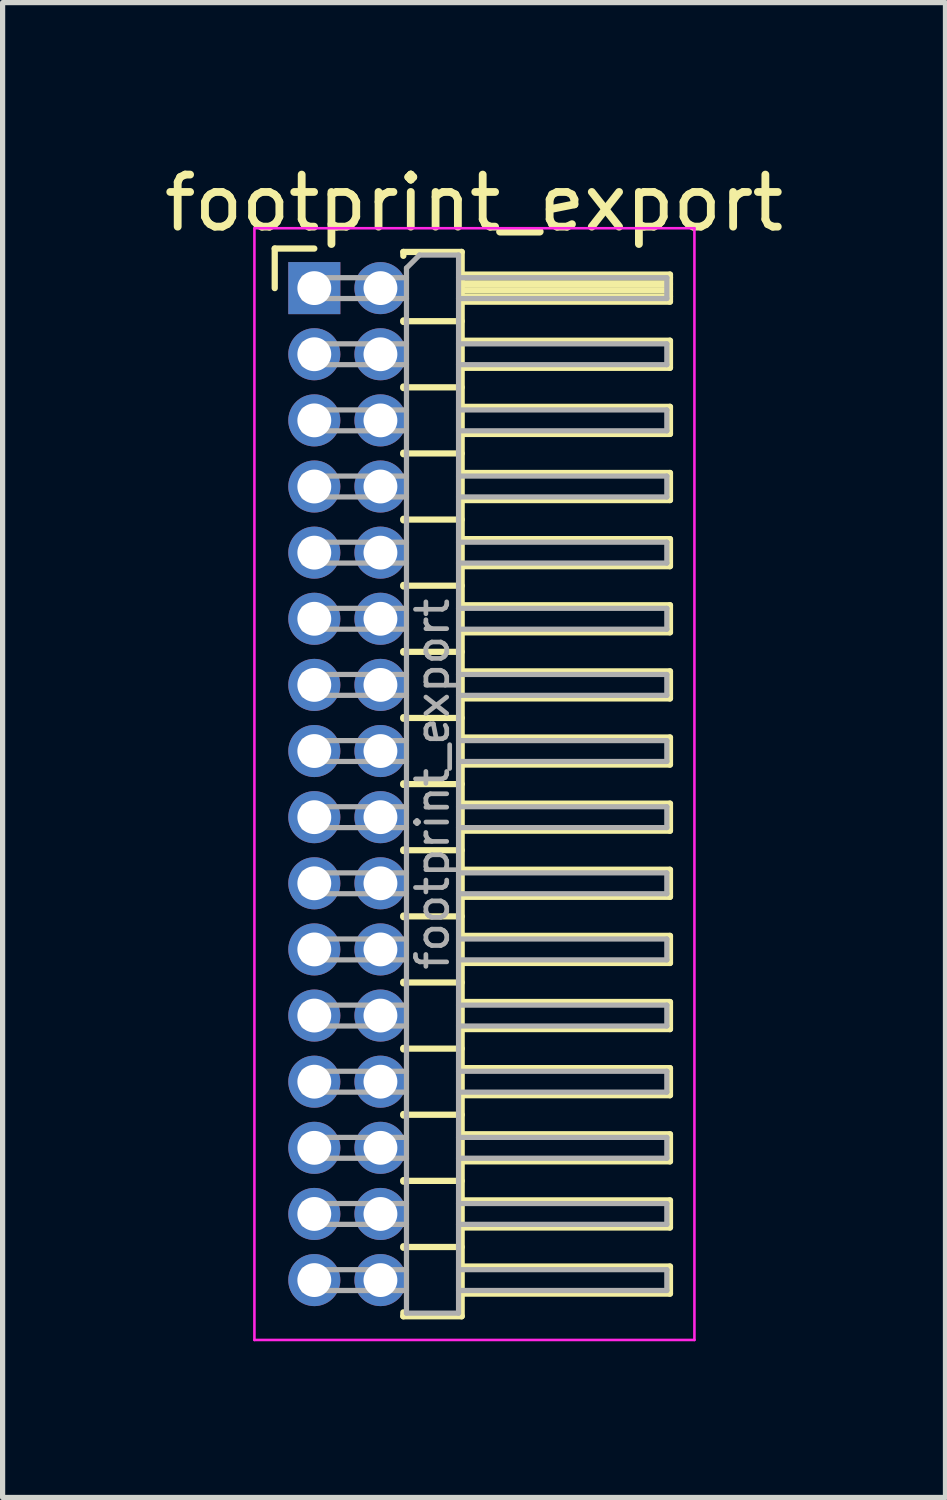
<source format=kicad_pcb>
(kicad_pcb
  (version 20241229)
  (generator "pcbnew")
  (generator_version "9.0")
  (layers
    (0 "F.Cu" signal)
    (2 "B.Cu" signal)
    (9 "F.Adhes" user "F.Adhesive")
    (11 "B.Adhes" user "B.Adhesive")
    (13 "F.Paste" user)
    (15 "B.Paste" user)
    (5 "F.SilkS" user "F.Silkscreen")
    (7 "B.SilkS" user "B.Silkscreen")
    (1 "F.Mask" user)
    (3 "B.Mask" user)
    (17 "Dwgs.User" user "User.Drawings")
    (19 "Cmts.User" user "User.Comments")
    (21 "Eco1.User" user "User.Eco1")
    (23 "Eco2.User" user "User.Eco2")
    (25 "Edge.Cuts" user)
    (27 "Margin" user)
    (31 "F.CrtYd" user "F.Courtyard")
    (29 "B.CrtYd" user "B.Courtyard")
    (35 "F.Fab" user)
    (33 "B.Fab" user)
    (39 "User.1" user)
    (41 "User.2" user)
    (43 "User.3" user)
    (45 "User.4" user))
  (footprint "footprint_export"
    (layer "F.Cu")
    (at 2.986 2.483)
    (property "Reference" "footprint_export" (at 3.067 -1.635 0) (layer "F.SilkS") (effects (font (size 1 1) (thickness 0.15))))
    (attr through_hole)
    (fp_line (start -0.76 -0.76) (end 0 -0.76) (stroke (width 0.12) (type solid)) (layer "F.SilkS"))
    (fp_line (start -0.76 0) (end -0.76 -0.76) (stroke (width 0.12) (type solid)) (layer "F.SilkS"))
    (fp_line (start 1.71 -0.695) (end 2.83 -0.695) (stroke (width 0.12) (type solid)) (layer "F.SilkS"))
    (fp_line (start 1.71 -0.62) (end 1.71 -0.695) (stroke (width 0.12) (type solid)) (layer "F.SilkS"))
    (fp_line (start 1.71 0.62) (end 1.71 0.65) (stroke (width 0.12) (type solid)) (layer "F.SilkS"))
    (fp_line (start 1.71 0.635) (end 2.83 0.635) (stroke (width 0.12) (type solid)) (layer "F.SilkS"))
    (fp_line (start 1.71 1.89) (end 1.71 1.92) (stroke (width 0.12) (type solid)) (layer "F.SilkS"))
    (fp_line (start 1.71 1.905) (end 2.83 1.905) (stroke (width 0.12) (type solid)) (layer "F.SilkS"))
    (fp_line (start 1.71 3.16) (end 1.71 3.19) (stroke (width 0.12) (type solid)) (layer "F.SilkS"))
    (fp_line (start 1.71 3.175) (end 2.83 3.175) (stroke (width 0.12) (type solid)) (layer "F.SilkS"))
    (fp_line (start 1.71 4.43) (end 1.71 4.46) (stroke (width 0.12) (type solid)) (layer "F.SilkS"))
    (fp_line (start 1.71 4.445) (end 2.83 4.445) (stroke (width 0.12) (type solid)) (layer "F.SilkS"))
    (fp_line (start 1.71 5.7) (end 1.71 5.73) (stroke (width 0.12) (type solid)) (layer "F.SilkS"))
    (fp_line (start 1.71 5.715) (end 2.83 5.715) (stroke (width 0.12) (type solid)) (layer "F.SilkS"))
    (fp_line (start 1.71 6.97) (end 1.71 7) (stroke (width 0.12) (type solid)) (layer "F.SilkS"))
    (fp_line (start 1.71 6.985) (end 2.83 6.985) (stroke (width 0.12) (type solid)) (layer "F.SilkS"))
    (fp_line (start 1.71 8.24) (end 1.71 8.27) (stroke (width 0.12) (type solid)) (layer "F.SilkS"))
    (fp_line (start 1.71 8.255) (end 2.83 8.255) (stroke (width 0.12) (type solid)) (layer "F.SilkS"))
    (fp_line (start 1.71 9.51) (end 1.71 9.54) (stroke (width 0.12) (type solid)) (layer "F.SilkS"))
    (fp_line (start 1.71 9.525) (end 2.83 9.525) (stroke (width 0.12) (type solid)) (layer "F.SilkS"))
    (fp_line (start 1.71 10.78) (end 1.71 10.81) (stroke (width 0.12) (type solid)) (layer "F.SilkS"))
    (fp_line (start 1.71 10.795) (end 2.83 10.795) (stroke (width 0.12) (type solid)) (layer "F.SilkS"))
    (fp_line (start 1.71 12.05) (end 1.71 12.08) (stroke (width 0.12) (type solid)) (layer "F.SilkS"))
    (fp_line (start 1.71 12.065) (end 2.83 12.065) (stroke (width 0.12) (type solid)) (layer "F.SilkS"))
    (fp_line (start 1.71 13.32) (end 1.71 13.35) (stroke (width 0.12) (type solid)) (layer "F.SilkS"))
    (fp_line (start 1.71 13.335) (end 2.83 13.335) (stroke (width 0.12) (type solid)) (layer "F.SilkS"))
    (fp_line (start 1.71 14.59) (end 1.71 14.62) (stroke (width 0.12) (type solid)) (layer "F.SilkS"))
    (fp_line (start 1.71 14.605) (end 2.83 14.605) (stroke (width 0.12) (type solid)) (layer "F.SilkS"))
    (fp_line (start 1.71 15.86) (end 1.71 15.89) (stroke (width 0.12) (type solid)) (layer "F.SilkS"))
    (fp_line (start 1.71 15.875) (end 2.83 15.875) (stroke (width 0.12) (type solid)) (layer "F.SilkS"))
    (fp_line (start 1.71 17.13) (end 1.71 17.16) (stroke (width 0.12) (type solid)) (layer "F.SilkS"))
    (fp_line (start 1.71 17.145) (end 2.83 17.145) (stroke (width 0.12) (type solid)) (layer "F.SilkS"))
    (fp_line (start 1.71 18.4) (end 1.71 18.43) (stroke (width 0.12) (type solid)) (layer "F.SilkS"))
    (fp_line (start 1.71 18.415) (end 2.83 18.415) (stroke (width 0.12) (type solid)) (layer "F.SilkS"))
    (fp_line (start 1.71 19.745) (end 1.71 19.67) (stroke (width 0.12) (type solid)) (layer "F.SilkS"))
    (fp_line (start 2.83 -0.695) (end 2.83 19.745) (stroke (width 0.12) (type solid)) (layer "F.SilkS"))
    (fp_line (start 2.83 -0.26) (end 6.83 -0.26) (stroke (width 0.12) (type solid)) (layer "F.SilkS"))
    (fp_line (start 2.83 -0.2) (end 6.83 -0.2) (stroke (width 0.12) (type solid)) (layer "F.SilkS"))
    (fp_line (start 2.83 -0.08) (end 6.83 -0.08) (stroke (width 0.12) (type solid)) (layer "F.SilkS"))
    (fp_line (start 2.83 0.04) (end 6.83 0.04) (stroke (width 0.12) (type solid)) (layer "F.SilkS"))
    (fp_line (start 2.83 0.16) (end 6.83 0.16) (stroke (width 0.12) (type solid)) (layer "F.SilkS"))
    (fp_line (start 2.83 1.01) (end 6.83 1.01) (stroke (width 0.12) (type solid)) (layer "F.SilkS"))
    (fp_line (start 2.83 2.28) (end 6.83 2.28) (stroke (width 0.12) (type solid)) (layer "F.SilkS"))
    (fp_line (start 2.83 3.55) (end 6.83 3.55) (stroke (width 0.12) (type solid)) (layer "F.SilkS"))
    (fp_line (start 2.83 4.82) (end 6.83 4.82) (stroke (width 0.12) (type solid)) (layer "F.SilkS"))
    (fp_line (start 2.83 6.09) (end 6.83 6.09) (stroke (width 0.12) (type solid)) (layer "F.SilkS"))
    (fp_line (start 2.83 7.36) (end 6.83 7.36) (stroke (width 0.12) (type solid)) (layer "F.SilkS"))
    (fp_line (start 2.83 8.63) (end 6.83 8.63) (stroke (width 0.12) (type solid)) (layer "F.SilkS"))
    (fp_line (start 2.83 9.9) (end 6.83 9.9) (stroke (width 0.12) (type solid)) (layer "F.SilkS"))
    (fp_line (start 2.83 11.17) (end 6.83 11.17) (stroke (width 0.12) (type solid)) (layer "F.SilkS"))
    (fp_line (start 2.83 12.44) (end 6.83 12.44) (stroke (width 0.12) (type solid)) (layer "F.SilkS"))
    (fp_line (start 2.83 13.71) (end 6.83 13.71) (stroke (width 0.12) (type solid)) (layer "F.SilkS"))
    (fp_line (start 2.83 14.98) (end 6.83 14.98) (stroke (width 0.12) (type solid)) (layer "F.SilkS"))
    (fp_line (start 2.83 16.25) (end 6.83 16.25) (stroke (width 0.12) (type solid)) (layer "F.SilkS"))
    (fp_line (start 2.83 17.52) (end 6.83 17.52) (stroke (width 0.12) (type solid)) (layer "F.SilkS"))
    (fp_line (start 2.83 18.79) (end 6.83 18.79) (stroke (width 0.12) (type solid)) (layer "F.SilkS"))
    (fp_line (start 2.83 19.745) (end 1.71 19.745) (stroke (width 0.12) (type solid)) (layer "F.SilkS"))
    (fp_line (start 6.83 -0.26) (end 6.83 0.26) (stroke (width 0.12) (type solid)) (layer "F.SilkS"))
    (fp_line (start 6.83 0.26) (end 2.83 0.26) (stroke (width 0.12) (type solid)) (layer "F.SilkS"))
    (fp_line (start 6.83 1.01) (end 6.83 1.53) (stroke (width 0.12) (type solid)) (layer "F.SilkS"))
    (fp_line (start 6.83 1.53) (end 2.83 1.53) (stroke (width 0.12) (type solid)) (layer "F.SilkS"))
    (fp_line (start 6.83 2.28) (end 6.83 2.8) (stroke (width 0.12) (type solid)) (layer "F.SilkS"))
    (fp_line (start 6.83 2.8) (end 2.83 2.8) (stroke (width 0.12) (type solid)) (layer "F.SilkS"))
    (fp_line (start 6.83 3.55) (end 6.83 4.07) (stroke (width 0.12) (type solid)) (layer "F.SilkS"))
    (fp_line (start 6.83 4.07) (end 2.83 4.07) (stroke (width 0.12) (type solid)) (layer "F.SilkS"))
    (fp_line (start 6.83 4.82) (end 6.83 5.34) (stroke (width 0.12) (type solid)) (layer "F.SilkS"))
    (fp_line (start 6.83 5.34) (end 2.83 5.34) (stroke (width 0.12) (type solid)) (layer "F.SilkS"))
    (fp_line (start 6.83 6.09) (end 6.83 6.61) (stroke (width 0.12) (type solid)) (layer "F.SilkS"))
    (fp_line (start 6.83 6.61) (end 2.83 6.61) (stroke (width 0.12) (type solid)) (layer "F.SilkS"))
    (fp_line (start 6.83 7.36) (end 6.83 7.88) (stroke (width 0.12) (type solid)) (layer "F.SilkS"))
    (fp_line (start 6.83 7.88) (end 2.83 7.88) (stroke (width 0.12) (type solid)) (layer "F.SilkS"))
    (fp_line (start 6.83 8.63) (end 6.83 9.15) (stroke (width 0.12) (type solid)) (layer "F.SilkS"))
    (fp_line (start 6.83 9.15) (end 2.83 9.15) (stroke (width 0.12) (type solid)) (layer "F.SilkS"))
    (fp_line (start 6.83 9.9) (end 6.83 10.42) (stroke (width 0.12) (type solid)) (layer "F.SilkS"))
    (fp_line (start 6.83 10.42) (end 2.83 10.42) (stroke (width 0.12) (type solid)) (layer "F.SilkS"))
    (fp_line (start 6.83 11.17) (end 6.83 11.69) (stroke (width 0.12) (type solid)) (layer "F.SilkS"))
    (fp_line (start 6.83 11.69) (end 2.83 11.69) (stroke (width 0.12) (type solid)) (layer "F.SilkS"))
    (fp_line (start 6.83 12.44) (end 6.83 12.96) (stroke (width 0.12) (type solid)) (layer "F.SilkS"))
    (fp_line (start 6.83 12.96) (end 2.83 12.96) (stroke (width 0.12) (type solid)) (layer "F.SilkS"))
    (fp_line (start 6.83 13.71) (end 6.83 14.23) (stroke (width 0.12) (type solid)) (layer "F.SilkS"))
    (fp_line (start 6.83 14.23) (end 2.83 14.23) (stroke (width 0.12) (type solid)) (layer "F.SilkS"))
    (fp_line (start 6.83 14.98) (end 6.83 15.5) (stroke (width 0.12) (type solid)) (layer "F.SilkS"))
    (fp_line (start 6.83 15.5) (end 2.83 15.5) (stroke (width 0.12) (type solid)) (layer "F.SilkS"))
    (fp_line (start 6.83 16.25) (end 6.83 16.77) (stroke (width 0.12) (type solid)) (layer "F.SilkS"))
    (fp_line (start 6.83 16.77) (end 2.83 16.77) (stroke (width 0.12) (type solid)) (layer "F.SilkS"))
    (fp_line (start 6.83 17.52) (end 6.83 18.04) (stroke (width 0.12) (type solid)) (layer "F.SilkS"))
    (fp_line (start 6.83 18.04) (end 2.83 18.04) (stroke (width 0.12) (type solid)) (layer "F.SilkS"))
    (fp_line (start 6.83 18.79) (end 6.83 19.31) (stroke (width 0.12) (type solid)) (layer "F.SilkS"))
    (fp_line (start 6.83 19.31) (end 2.83 19.31) (stroke (width 0.12) (type solid)) (layer "F.SilkS"))
    (fp_line (start -1.15 -1.15) (end -1.15 20.2) (stroke (width 0.05) (type solid)) (layer "F.CrtYd"))
    (fp_line (start -1.15 20.2) (end 7.3 20.2) (stroke (width 0.05) (type solid)) (layer "F.CrtYd"))
    (fp_line (start 7.3 -1.15) (end -1.15 -1.15) (stroke (width 0.05) (type solid)) (layer "F.CrtYd"))
    (fp_line (start 7.3 20.2) (end 7.3 -1.15) (stroke (width 0.05) (type solid)) (layer "F.CrtYd"))
    (fp_line (start -0.2 -0.2) (end -0.2 0.2) (stroke (width 0.1) (type solid)) (layer "F.Fab"))
    (fp_line (start -0.2 -0.2) (end 1.77 -0.2) (stroke (width 0.1) (type solid)) (layer "F.Fab"))
    (fp_line (start -0.2 0.2) (end 1.77 0.2) (stroke (width 0.1) (type solid)) (layer "F.Fab"))
    (fp_line (start -0.2 1.07) (end -0.2 1.47) (stroke (width 0.1) (type solid)) (layer "F.Fab"))
    (fp_line (start -0.2 1.07) (end 1.77 1.07) (stroke (width 0.1) (type solid)) (layer "F.Fab"))
    (fp_line (start -0.2 1.47) (end 1.77 1.47) (stroke (width 0.1) (type solid)) (layer "F.Fab"))
    (fp_line (start -0.2 2.34) (end -0.2 2.74) (stroke (width 0.1) (type solid)) (layer "F.Fab"))
    (fp_line (start -0.2 2.34) (end 1.77 2.34) (stroke (width 0.1) (type solid)) (layer "F.Fab"))
    (fp_line (start -0.2 2.74) (end 1.77 2.74) (stroke (width 0.1) (type solid)) (layer "F.Fab"))
    (fp_line (start -0.2 3.61) (end -0.2 4.01) (stroke (width 0.1) (type solid)) (layer "F.Fab"))
    (fp_line (start -0.2 3.61) (end 1.77 3.61) (stroke (width 0.1) (type solid)) (layer "F.Fab"))
    (fp_line (start -0.2 4.01) (end 1.77 4.01) (stroke (width 0.1) (type solid)) (layer "F.Fab"))
    (fp_line (start -0.2 4.88) (end -0.2 5.28) (stroke (width 0.1) (type solid)) (layer "F.Fab"))
    (fp_line (start -0.2 4.88) (end 1.77 4.88) (stroke (width 0.1) (type solid)) (layer "F.Fab"))
    (fp_line (start -0.2 5.28) (end 1.77 5.28) (stroke (width 0.1) (type solid)) (layer "F.Fab"))
    (fp_line (start -0.2 6.15) (end -0.2 6.55) (stroke (width 0.1) (type solid)) (layer "F.Fab"))
    (fp_line (start -0.2 6.15) (end 1.77 6.15) (stroke (width 0.1) (type solid)) (layer "F.Fab"))
    (fp_line (start -0.2 6.55) (end 1.77 6.55) (stroke (width 0.1) (type solid)) (layer "F.Fab"))
    (fp_line (start -0.2 7.42) (end -0.2 7.82) (stroke (width 0.1) (type solid)) (layer "F.Fab"))
    (fp_line (start -0.2 7.42) (end 1.77 7.42) (stroke (width 0.1) (type solid)) (layer "F.Fab"))
    (fp_line (start -0.2 7.82) (end 1.77 7.82) (stroke (width 0.1) (type solid)) (layer "F.Fab"))
    (fp_line (start -0.2 8.69) (end -0.2 9.09) (stroke (width 0.1) (type solid)) (layer "F.Fab"))
    (fp_line (start -0.2 8.69) (end 1.77 8.69) (stroke (width 0.1) (type solid)) (layer "F.Fab"))
    (fp_line (start -0.2 9.09) (end 1.77 9.09) (stroke (width 0.1) (type solid)) (layer "F.Fab"))
    (fp_line (start -0.2 9.96) (end -0.2 10.36) (stroke (width 0.1) (type solid)) (layer "F.Fab"))
    (fp_line (start -0.2 9.96) (end 1.77 9.96) (stroke (width 0.1) (type solid)) (layer "F.Fab"))
    (fp_line (start -0.2 10.36) (end 1.77 10.36) (stroke (width 0.1) (type solid)) (layer "F.Fab"))
    (fp_line (start -0.2 11.23) (end -0.2 11.63) (stroke (width 0.1) (type solid)) (layer "F.Fab"))
    (fp_line (start -0.2 11.23) (end 1.77 11.23) (stroke (width 0.1) (type solid)) (layer "F.Fab"))
    (fp_line (start -0.2 11.63) (end 1.77 11.63) (stroke (width 0.1) (type solid)) (layer "F.Fab"))
    (fp_line (start -0.2 12.5) (end -0.2 12.9) (stroke (width 0.1) (type solid)) (layer "F.Fab"))
    (fp_line (start -0.2 12.5) (end 1.77 12.5) (stroke (width 0.1) (type solid)) (layer "F.Fab"))
    (fp_line (start -0.2 12.9) (end 1.77 12.9) (stroke (width 0.1) (type solid)) (layer "F.Fab"))
    (fp_line (start -0.2 13.77) (end -0.2 14.17) (stroke (width 0.1) (type solid)) (layer "F.Fab"))
    (fp_line (start -0.2 13.77) (end 1.77 13.77) (stroke (width 0.1) (type solid)) (layer "F.Fab"))
    (fp_line (start -0.2 14.17) (end 1.77 14.17) (stroke (width 0.1) (type solid)) (layer "F.Fab"))
    (fp_line (start -0.2 15.04) (end -0.2 15.44) (stroke (width 0.1) (type solid)) (layer "F.Fab"))
    (fp_line (start -0.2 15.04) (end 1.77 15.04) (stroke (width 0.1) (type solid)) (layer "F.Fab"))
    (fp_line (start -0.2 15.44) (end 1.77 15.44) (stroke (width 0.1) (type solid)) (layer "F.Fab"))
    (fp_line (start -0.2 16.31) (end -0.2 16.71) (stroke (width 0.1) (type solid)) (layer "F.Fab"))
    (fp_line (start -0.2 16.31) (end 1.77 16.31) (stroke (width 0.1) (type solid)) (layer "F.Fab"))
    (fp_line (start -0.2 16.71) (end 1.77 16.71) (stroke (width 0.1) (type solid)) (layer "F.Fab"))
    (fp_line (start -0.2 17.58) (end -0.2 17.98) (stroke (width 0.1) (type solid)) (layer "F.Fab"))
    (fp_line (start -0.2 17.58) (end 1.77 17.58) (stroke (width 0.1) (type solid)) (layer "F.Fab"))
    (fp_line (start -0.2 17.98) (end 1.77 17.98) (stroke (width 0.1) (type solid)) (layer "F.Fab"))
    (fp_line (start -0.2 18.85) (end -0.2 19.25) (stroke (width 0.1) (type solid)) (layer "F.Fab"))
    (fp_line (start -0.2 18.85) (end 1.77 18.85) (stroke (width 0.1) (type solid)) (layer "F.Fab"))
    (fp_line (start -0.2 19.25) (end 1.77 19.25) (stroke (width 0.1) (type solid)) (layer "F.Fab"))
    (fp_line (start 1.77 -0.385) (end 2.02 -0.635) (stroke (width 0.1) (type solid)) (layer "F.Fab"))
    (fp_line (start 1.77 19.685) (end 1.77 -0.385) (stroke (width 0.1) (type solid)) (layer "F.Fab"))
    (fp_line (start 2.02 -0.635) (end 2.77 -0.635) (stroke (width 0.1) (type solid)) (layer "F.Fab"))
    (fp_line (start 2.77 -0.635) (end 2.77 19.685) (stroke (width 0.1) (type solid)) (layer "F.Fab"))
    (fp_line (start 2.77 -0.2) (end 6.77 -0.2) (stroke (width 0.1) (type solid)) (layer "F.Fab"))
    (fp_line (start 2.77 0.2) (end 6.77 0.2) (stroke (width 0.1) (type solid)) (layer "F.Fab"))
    (fp_line (start 2.77 1.07) (end 6.77 1.07) (stroke (width 0.1) (type solid)) (layer "F.Fab"))
    (fp_line (start 2.77 1.47) (end 6.77 1.47) (stroke (width 0.1) (type solid)) (layer "F.Fab"))
    (fp_line (start 2.77 2.34) (end 6.77 2.34) (stroke (width 0.1) (type solid)) (layer "F.Fab"))
    (fp_line (start 2.77 2.74) (end 6.77 2.74) (stroke (width 0.1) (type solid)) (layer "F.Fab"))
    (fp_line (start 2.77 3.61) (end 6.77 3.61) (stroke (width 0.1) (type solid)) (layer "F.Fab"))
    (fp_line (start 2.77 4.01) (end 6.77 4.01) (stroke (width 0.1) (type solid)) (layer "F.Fab"))
    (fp_line (start 2.77 4.88) (end 6.77 4.88) (stroke (width 0.1) (type solid)) (layer "F.Fab"))
    (fp_line (start 2.77 5.28) (end 6.77 5.28) (stroke (width 0.1) (type solid)) (layer "F.Fab"))
    (fp_line (start 2.77 6.15) (end 6.77 6.15) (stroke (width 0.1) (type solid)) (layer "F.Fab"))
    (fp_line (start 2.77 6.55) (end 6.77 6.55) (stroke (width 0.1) (type solid)) (layer "F.Fab"))
    (fp_line (start 2.77 7.42) (end 6.77 7.42) (stroke (width 0.1) (type solid)) (layer "F.Fab"))
    (fp_line (start 2.77 7.82) (end 6.77 7.82) (stroke (width 0.1) (type solid)) (layer "F.Fab"))
    (fp_line (start 2.77 8.69) (end 6.77 8.69) (stroke (width 0.1) (type solid)) (layer "F.Fab"))
    (fp_line (start 2.77 9.09) (end 6.77 9.09) (stroke (width 0.1) (type solid)) (layer "F.Fab"))
    (fp_line (start 2.77 9.96) (end 6.77 9.96) (stroke (width 0.1) (type solid)) (layer "F.Fab"))
    (fp_line (start 2.77 10.36) (end 6.77 10.36) (stroke (width 0.1) (type solid)) (layer "F.Fab"))
    (fp_line (start 2.77 11.23) (end 6.77 11.23) (stroke (width 0.1) (type solid)) (layer "F.Fab"))
    (fp_line (start 2.77 11.63) (end 6.77 11.63) (stroke (width 0.1) (type solid)) (layer "F.Fab"))
    (fp_line (start 2.77 12.5) (end 6.77 12.5) (stroke (width 0.1) (type solid)) (layer "F.Fab"))
    (fp_line (start 2.77 12.9) (end 6.77 12.9) (stroke (width 0.1) (type solid)) (layer "F.Fab"))
    (fp_line (start 2.77 13.77) (end 6.77 13.77) (stroke (width 0.1) (type solid)) (layer "F.Fab"))
    (fp_line (start 2.77 14.17) (end 6.77 14.17) (stroke (width 0.1) (type solid)) (layer "F.Fab"))
    (fp_line (start 2.77 15.04) (end 6.77 15.04) (stroke (width 0.1) (type solid)) (layer "F.Fab"))
    (fp_line (start 2.77 15.44) (end 6.77 15.44) (stroke (width 0.1) (type solid)) (layer "F.Fab"))
    (fp_line (start 2.77 16.31) (end 6.77 16.31) (stroke (width 0.1) (type solid)) (layer "F.Fab"))
    (fp_line (start 2.77 16.71) (end 6.77 16.71) (stroke (width 0.1) (type solid)) (layer "F.Fab"))
    (fp_line (start 2.77 17.58) (end 6.77 17.58) (stroke (width 0.1) (type solid)) (layer "F.Fab"))
    (fp_line (start 2.77 17.98) (end 6.77 17.98) (stroke (width 0.1) (type solid)) (layer "F.Fab"))
    (fp_line (start 2.77 18.85) (end 6.77 18.85) (stroke (width 0.1) (type solid)) (layer "F.Fab"))
    (fp_line (start 2.77 19.25) (end 6.77 19.25) (stroke (width 0.1) (type solid)) (layer "F.Fab"))
    (fp_line (start 2.77 19.685) (end 1.77 19.685) (stroke (width 0.1) (type solid)) (layer "F.Fab"))
    (fp_line (start 6.77 -0.2) (end 6.77 0.2) (stroke (width 0.1) (type solid)) (layer "F.Fab"))
    (fp_line (start 6.77 1.07) (end 6.77 1.47) (stroke (width 0.1) (type solid)) (layer "F.Fab"))
    (fp_line (start 6.77 2.34) (end 6.77 2.74) (stroke (width 0.1) (type solid)) (layer "F.Fab"))
    (fp_line (start 6.77 3.61) (end 6.77 4.01) (stroke (width 0.1) (type solid)) (layer "F.Fab"))
    (fp_line (start 6.77 4.88) (end 6.77 5.28) (stroke (width 0.1) (type solid)) (layer "F.Fab"))
    (fp_line (start 6.77 6.15) (end 6.77 6.55) (stroke (width 0.1) (type solid)) (layer "F.Fab"))
    (fp_line (start 6.77 7.42) (end 6.77 7.82) (stroke (width 0.1) (type solid)) (layer "F.Fab"))
    (fp_line (start 6.77 8.69) (end 6.77 9.09) (stroke (width 0.1) (type solid)) (layer "F.Fab"))
    (fp_line (start 6.77 9.96) (end 6.77 10.36) (stroke (width 0.1) (type solid)) (layer "F.Fab"))
    (fp_line (start 6.77 11.23) (end 6.77 11.63) (stroke (width 0.1) (type solid)) (layer "F.Fab"))
    (fp_line (start 6.77 12.5) (end 6.77 12.9) (stroke (width 0.1) (type solid)) (layer "F.Fab"))
    (fp_line (start 6.77 13.77) (end 6.77 14.17) (stroke (width 0.1) (type solid)) (layer "F.Fab"))
    (fp_line (start 6.77 15.04) (end 6.77 15.44) (stroke (width 0.1) (type solid)) (layer "F.Fab"))
    (fp_line (start 6.77 16.31) (end 6.77 16.71) (stroke (width 0.1) (type solid)) (layer "F.Fab"))
    (fp_line (start 6.77 17.58) (end 6.77 17.98) (stroke (width 0.1) (type solid)) (layer "F.Fab"))
    (fp_line (start 6.77 18.85) (end 6.77 19.25) (stroke (width 0.1) (type solid)) (layer "F.Fab"))
    (fp_text user "${REFERENCE}" (at 2.27 9.525 90) (layer "F.Fab") (effects (font (size 0.6 0.6) (thickness 0.09))))
    (pad "1" thru_hole rect (at 0 0) (size 1 1) (drill 0.65) (layers "*.Cu" "*.Mask"))
    (pad "2" thru_hole oval (at 1.27 0) (size 1 1) (drill 0.65) (layers "*.Cu" "*.Mask"))
    (pad "3" thru_hole oval (at 0 1.27) (size 1 1) (drill 0.65) (layers "*.Cu" "*.Mask"))
    (pad "4" thru_hole oval (at 1.27 1.27) (size 1 1) (drill 0.65) (layers "*.Cu" "*.Mask"))
    (pad "5" thru_hole oval (at 0 2.54) (size 1 1) (drill 0.65) (layers "*.Cu" "*.Mask"))
    (pad "6" thru_hole oval (at 1.27 2.54) (size 1 1) (drill 0.65) (layers "*.Cu" "*.Mask"))
    (pad "7" thru_hole oval (at 0 3.81) (size 1 1) (drill 0.65) (layers "*.Cu" "*.Mask"))
    (pad "8" thru_hole oval (at 1.27 3.81) (size 1 1) (drill 0.65) (layers "*.Cu" "*.Mask"))
    (pad "9" thru_hole oval (at 0 5.08) (size 1 1) (drill 0.65) (layers "*.Cu" "*.Mask"))
    (pad "10" thru_hole oval (at 1.27 5.08) (size 1 1) (drill 0.65) (layers "*.Cu" "*.Mask"))
    (pad "11" thru_hole oval (at 0 6.35) (size 1 1) (drill 0.65) (layers "*.Cu" "*.Mask"))
    (pad "12" thru_hole oval (at 1.27 6.35) (size 1 1) (drill 0.65) (layers "*.Cu" "*.Mask"))
    (pad "13" thru_hole oval (at 0 7.62) (size 1 1) (drill 0.65) (layers "*.Cu" "*.Mask"))
    (pad "14" thru_hole oval (at 1.27 7.62) (size 1 1) (drill 0.65) (layers "*.Cu" "*.Mask"))
    (pad "15" thru_hole oval (at 0 8.89) (size 1 1) (drill 0.65) (layers "*.Cu" "*.Mask"))
    (pad "16" thru_hole oval (at 1.27 8.89) (size 1 1) (drill 0.65) (layers "*.Cu" "*.Mask"))
    (pad "17" thru_hole oval (at 0 10.16) (size 1 1) (drill 0.65) (layers "*.Cu" "*.Mask"))
    (pad "18" thru_hole oval (at 1.27 10.16) (size 1 1) (drill 0.65) (layers "*.Cu" "*.Mask"))
    (pad "19" thru_hole oval (at 0 11.43) (size 1 1) (drill 0.65) (layers "*.Cu" "*.Mask"))
    (pad "20" thru_hole oval (at 1.27 11.43) (size 1 1) (drill 0.65) (layers "*.Cu" "*.Mask"))
    (pad "21" thru_hole oval (at 0 12.7) (size 1 1) (drill 0.65) (layers "*.Cu" "*.Mask"))
    (pad "22" thru_hole oval (at 1.27 12.7) (size 1 1) (drill 0.65) (layers "*.Cu" "*.Mask"))
    (pad "23" thru_hole oval (at 0 13.97) (size 1 1) (drill 0.65) (layers "*.Cu" "*.Mask"))
    (pad "24" thru_hole oval (at 1.27 13.97) (size 1 1) (drill 0.65) (layers "*.Cu" "*.Mask"))
    (pad "25" thru_hole oval (at 0 15.24) (size 1 1) (drill 0.65) (layers "*.Cu" "*.Mask"))
    (pad "26" thru_hole oval (at 1.27 15.24) (size 1 1) (drill 0.65) (layers "*.Cu" "*.Mask"))
    (pad "27" thru_hole oval (at 0 16.51) (size 1 1) (drill 0.65) (layers "*.Cu" "*.Mask"))
    (pad "28" thru_hole oval (at 1.27 16.51) (size 1 1) (drill 0.65) (layers "*.Cu" "*.Mask"))
    (pad "29" thru_hole oval (at 0 17.78) (size 1 1) (drill 0.65) (layers "*.Cu" "*.Mask"))
    (pad "30" thru_hole oval (at 1.27 17.78) (size 1 1) (drill 0.65) (layers "*.Cu" "*.Mask"))
    (pad "31" thru_hole oval (at 0 19.05) (size 1 1) (drill 0.65) (layers "*.Cu" "*.Mask"))
    (pad "32" thru_hole oval (at 1.27 19.05) (size 1 1) (drill 0.65) (layers "*.Cu" "*.Mask")))
  (gr_rect
    (start -3 -3)
    (end 15.107 25.708)
    (stroke (width 0.1) (type default))
    (fill no)
    (layer "Edge.Cuts")))
</source>
